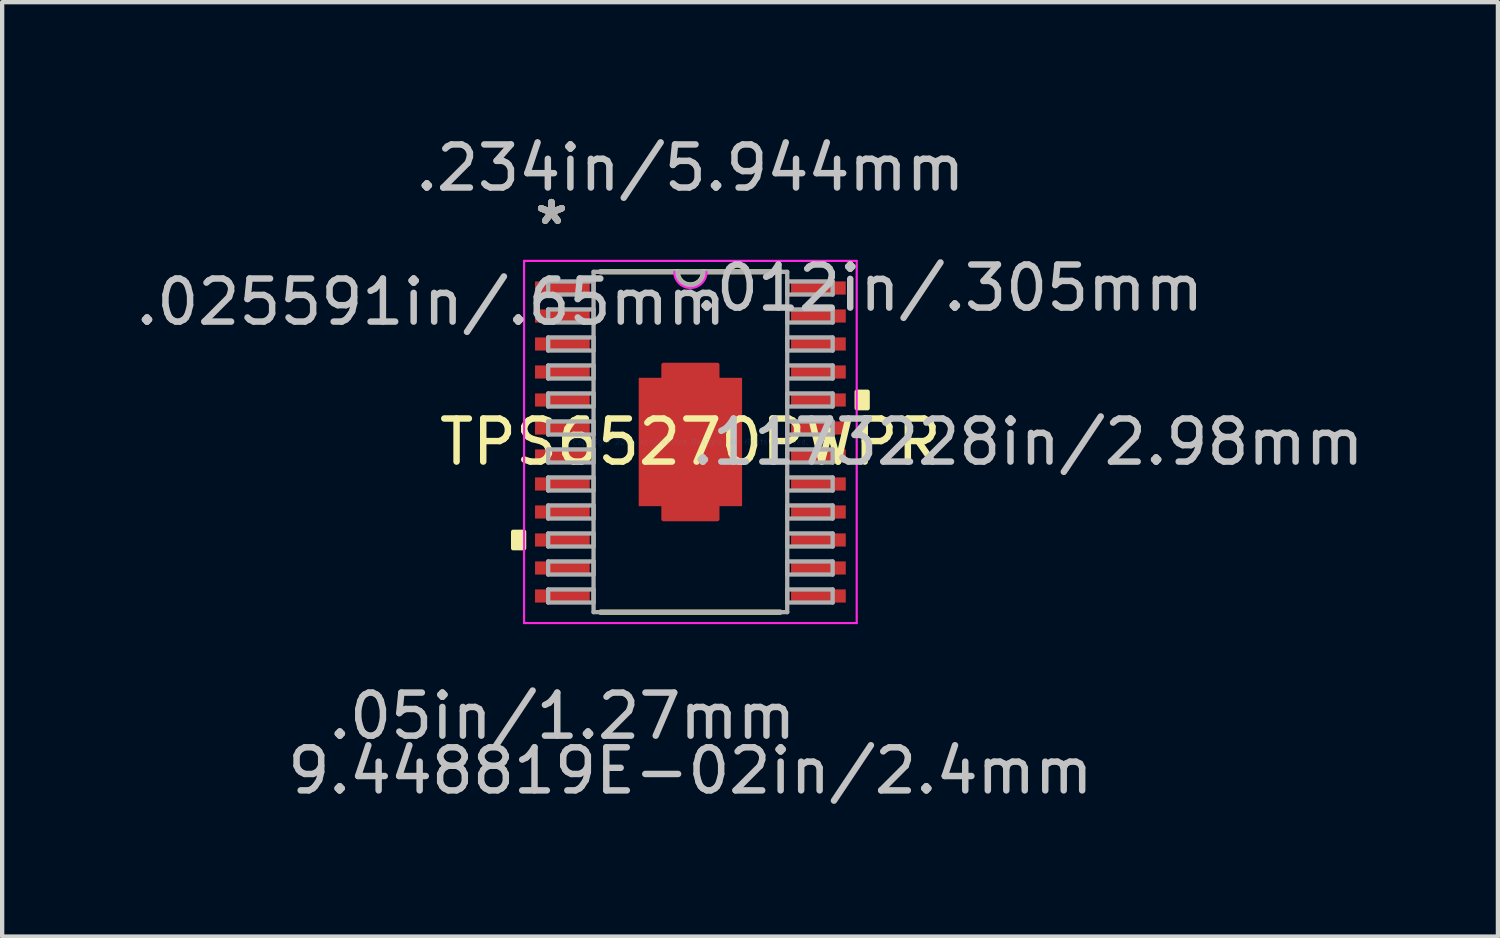
<source format=kicad_pcb>
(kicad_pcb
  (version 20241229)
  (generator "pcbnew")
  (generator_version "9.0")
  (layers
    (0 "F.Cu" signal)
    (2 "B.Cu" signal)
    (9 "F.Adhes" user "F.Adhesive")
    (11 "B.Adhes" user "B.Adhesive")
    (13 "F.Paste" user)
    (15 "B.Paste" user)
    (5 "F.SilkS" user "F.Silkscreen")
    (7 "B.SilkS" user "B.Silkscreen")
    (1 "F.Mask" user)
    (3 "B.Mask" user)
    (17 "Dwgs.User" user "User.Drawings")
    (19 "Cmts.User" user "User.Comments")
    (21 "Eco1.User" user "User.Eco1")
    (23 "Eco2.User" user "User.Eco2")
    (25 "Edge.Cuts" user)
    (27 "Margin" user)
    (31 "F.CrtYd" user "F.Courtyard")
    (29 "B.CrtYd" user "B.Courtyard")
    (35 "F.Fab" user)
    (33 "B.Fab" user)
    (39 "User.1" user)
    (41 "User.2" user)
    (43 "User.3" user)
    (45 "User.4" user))
  (footprint "TPS65270PWPR"
    (layer "F.Cu")
    (at 12.978 7.211)
    (property "Reference" "TPS65270PWPR" (at 0 0 0) (layer "F.SilkS") (effects (font (size 1 1) (thickness 0.15))))
    (attr through_hole)
    (fp_poly (pts (xy -0.625 -1.49) (xy -0.625 -1.79) (xy 0.625 -1.79) (xy 0.625 -1.49)) (stroke (width 0.1) (type solid)) (fill yes) (layer "F.Cu"))
    (fp_poly (pts (xy -0.625 1.49) (xy -0.625 1.79) (xy 0.625 1.79) (xy 0.625 1.49)) (stroke (width 0.1) (type solid)) (fill yes) (layer "F.Cu"))
    (fp_poly (pts (xy -0.625 -1.49) (xy -0.625 -1.79) (xy 0.625 -1.79) (xy 0.625 -1.49)) (stroke (width 0.1) (type solid)) (fill yes) (layer "F.Mask"))
    (fp_poly (pts (xy -0.625 1.49) (xy -0.625 1.79) (xy 0.625 1.79) (xy 0.625 1.49)) (stroke (width 0.1) (type solid)) (fill yes) (layer "F.Mask"))
    (fp_line (start -2.089 3.95) (end 2.089 3.95) (stroke (width 0.12) (type solid)) (layer "F.SilkS"))
    (fp_line (start 2.089 -3.95) (end -2.089 -3.95) (stroke (width 0.12) (type solid)) (layer "F.SilkS"))
    (fp_arc (start 0.3048 -3.9497) (mid 0 -3.6449) (end -0.3048 -3.9497) (stroke (width 0.12) (type solid)) (layer "F.SilkS"))
    (fp_poly (pts (xy -4.115 2.085) (xy -4.115 2.466) (xy -3.861 2.466) (xy -3.861 2.085)) (stroke (width 0.1) (type solid)) (fill yes) (layer "F.SilkS"))
    (fp_poly (pts (xy 4.115 -1.166) (xy 4.115 -0.785) (xy 3.861 -0.785) (xy 3.861 -1.166)) (stroke (width 0.1) (type solid)) (fill yes) (layer "F.SilkS"))
    (fp_line (start -3.861 -4.204) (end 3.861 -4.204) (stroke (width 0.05) (type solid)) (layer "F.CrtYd"))
    (fp_line (start -3.861 4.204) (end -3.861 -4.204) (stroke (width 0.05) (type solid)) (layer "F.CrtYd"))
    (fp_line (start 3.861 -4.204) (end 3.861 4.204) (stroke (width 0.05) (type solid)) (layer "F.CrtYd"))
    (fp_line (start 3.861 4.204) (end -3.861 4.204) (stroke (width 0.05) (type solid)) (layer "F.CrtYd"))
    (fp_arc (start 0.37465 -3.9497) (mid 0 -3.57505) (end -0.37465 -3.9497) (stroke (width 0.05) (type solid)) (layer "F.CrtYd"))
    (fp_line (start -3.302 -3.727) (end -3.302 -3.423) (stroke (width 0.1) (type solid)) (layer "F.Fab"))
    (fp_line (start -3.302 -3.423) (end -2.248 -3.423) (stroke (width 0.1) (type solid)) (layer "F.Fab"))
    (fp_line (start -3.302 -3.077) (end -3.302 -2.773) (stroke (width 0.1) (type solid)) (layer "F.Fab"))
    (fp_line (start -3.302 -2.773) (end -2.248 -2.773) (stroke (width 0.1) (type solid)) (layer "F.Fab"))
    (fp_line (start -3.302 -2.427) (end -3.302 -2.123) (stroke (width 0.1) (type solid)) (layer "F.Fab"))
    (fp_line (start -3.302 -2.123) (end -2.248 -2.123) (stroke (width 0.1) (type solid)) (layer "F.Fab"))
    (fp_line (start -3.302 -1.777) (end -3.302 -1.473) (stroke (width 0.1) (type solid)) (layer "F.Fab"))
    (fp_line (start -3.302 -1.473) (end -2.248 -1.473) (stroke (width 0.1) (type solid)) (layer "F.Fab"))
    (fp_line (start -3.302 -1.127) (end -3.302 -0.823) (stroke (width 0.1) (type solid)) (layer "F.Fab"))
    (fp_line (start -3.302 -0.823) (end -2.248 -0.823) (stroke (width 0.1) (type solid)) (layer "F.Fab"))
    (fp_line (start -3.302 -0.477) (end -3.302 -0.173) (stroke (width 0.1) (type solid)) (layer "F.Fab"))
    (fp_line (start -3.302 -0.173) (end -2.248 -0.173) (stroke (width 0.1) (type solid)) (layer "F.Fab"))
    (fp_line (start -3.302 0.173) (end -3.302 0.477) (stroke (width 0.1) (type solid)) (layer "F.Fab"))
    (fp_line (start -3.302 0.477) (end -2.248 0.477) (stroke (width 0.1) (type solid)) (layer "F.Fab"))
    (fp_line (start -3.302 0.823) (end -3.302 1.127) (stroke (width 0.1) (type solid)) (layer "F.Fab"))
    (fp_line (start -3.302 1.127) (end -2.248 1.127) (stroke (width 0.1) (type solid)) (layer "F.Fab"))
    (fp_line (start -3.302 1.473) (end -3.302 1.777) (stroke (width 0.1) (type solid)) (layer "F.Fab"))
    (fp_line (start -3.302 1.777) (end -2.248 1.777) (stroke (width 0.1) (type solid)) (layer "F.Fab"))
    (fp_line (start -3.302 2.123) (end -3.302 2.427) (stroke (width 0.1) (type solid)) (layer "F.Fab"))
    (fp_line (start -3.302 2.427) (end -2.248 2.427) (stroke (width 0.1) (type solid)) (layer "F.Fab"))
    (fp_line (start -3.302 2.773) (end -3.302 3.077) (stroke (width 0.1) (type solid)) (layer "F.Fab"))
    (fp_line (start -3.302 3.077) (end -2.248 3.077) (stroke (width 0.1) (type solid)) (layer "F.Fab"))
    (fp_line (start -3.302 3.423) (end -3.302 3.727) (stroke (width 0.1) (type solid)) (layer "F.Fab"))
    (fp_line (start -3.302 3.727) (end -2.248 3.727) (stroke (width 0.1) (type solid)) (layer "F.Fab"))
    (fp_line (start -2.248 -3.95) (end -2.248 3.95) (stroke (width 0.1) (type solid)) (layer "F.Fab"))
    (fp_line (start -2.248 -3.727) (end -3.302 -3.727) (stroke (width 0.1) (type solid)) (layer "F.Fab"))
    (fp_line (start -2.248 -3.423) (end -2.248 -3.727) (stroke (width 0.1) (type solid)) (layer "F.Fab"))
    (fp_line (start -2.248 -3.077) (end -3.302 -3.077) (stroke (width 0.1) (type solid)) (layer "F.Fab"))
    (fp_line (start -2.248 -2.773) (end -2.248 -3.077) (stroke (width 0.1) (type solid)) (layer "F.Fab"))
    (fp_line (start -2.248 -2.427) (end -3.302 -2.427) (stroke (width 0.1) (type solid)) (layer "F.Fab"))
    (fp_line (start -2.248 -2.123) (end -2.248 -2.427) (stroke (width 0.1) (type solid)) (layer "F.Fab"))
    (fp_line (start -2.248 -1.777) (end -3.302 -1.777) (stroke (width 0.1) (type solid)) (layer "F.Fab"))
    (fp_line (start -2.248 -1.473) (end -2.248 -1.777) (stroke (width 0.1) (type solid)) (layer "F.Fab"))
    (fp_line (start -2.248 -1.127) (end -3.302 -1.127) (stroke (width 0.1) (type solid)) (layer "F.Fab"))
    (fp_line (start -2.248 -0.823) (end -2.248 -1.127) (stroke (width 0.1) (type solid)) (layer "F.Fab"))
    (fp_line (start -2.248 -0.477) (end -3.302 -0.477) (stroke (width 0.1) (type solid)) (layer "F.Fab"))
    (fp_line (start -2.248 -0.173) (end -2.248 -0.477) (stroke (width 0.1) (type solid)) (layer "F.Fab"))
    (fp_line (start -2.248 0.173) (end -3.302 0.173) (stroke (width 0.1) (type solid)) (layer "F.Fab"))
    (fp_line (start -2.248 0.477) (end -2.248 0.173) (stroke (width 0.1) (type solid)) (layer "F.Fab"))
    (fp_line (start -2.248 0.823) (end -3.302 0.823) (stroke (width 0.1) (type solid)) (layer "F.Fab"))
    (fp_line (start -2.248 1.127) (end -2.248 0.823) (stroke (width 0.1) (type solid)) (layer "F.Fab"))
    (fp_line (start -2.248 1.473) (end -3.302 1.473) (stroke (width 0.1) (type solid)) (layer "F.Fab"))
    (fp_line (start -2.248 1.777) (end -2.248 1.473) (stroke (width 0.1) (type solid)) (layer "F.Fab"))
    (fp_line (start -2.248 2.123) (end -3.302 2.123) (stroke (width 0.1) (type solid)) (layer "F.Fab"))
    (fp_line (start -2.248 2.427) (end -2.248 2.123) (stroke (width 0.1) (type solid)) (layer "F.Fab"))
    (fp_line (start -2.248 2.773) (end -3.302 2.773) (stroke (width 0.1) (type solid)) (layer "F.Fab"))
    (fp_line (start -2.248 3.077) (end -2.248 2.773) (stroke (width 0.1) (type solid)) (layer "F.Fab"))
    (fp_line (start -2.248 3.423) (end -3.302 3.423) (stroke (width 0.1) (type solid)) (layer "F.Fab"))
    (fp_line (start -2.248 3.727) (end -2.248 3.423) (stroke (width 0.1) (type solid)) (layer "F.Fab"))
    (fp_line (start -2.248 3.95) (end 2.248 3.95) (stroke (width 0.1) (type solid)) (layer "F.Fab"))
    (fp_line (start 2.248 -3.95) (end -2.248 -3.95) (stroke (width 0.1) (type solid)) (layer "F.Fab"))
    (fp_line (start 2.248 -3.727) (end 2.248 -3.423) (stroke (width 0.1) (type solid)) (layer "F.Fab"))
    (fp_line (start 2.248 -3.423) (end 3.302 -3.423) (stroke (width 0.1) (type solid)) (layer "F.Fab"))
    (fp_line (start 2.248 -3.077) (end 2.248 -2.773) (stroke (width 0.1) (type solid)) (layer "F.Fab"))
    (fp_line (start 2.248 -2.773) (end 3.302 -2.773) (stroke (width 0.1) (type solid)) (layer "F.Fab"))
    (fp_line (start 2.248 -2.427) (end 2.248 -2.123) (stroke (width 0.1) (type solid)) (layer "F.Fab"))
    (fp_line (start 2.248 -2.123) (end 3.302 -2.123) (stroke (width 0.1) (type solid)) (layer "F.Fab"))
    (fp_line (start 2.248 -1.777) (end 2.248 -1.473) (stroke (width 0.1) (type solid)) (layer "F.Fab"))
    (fp_line (start 2.248 -1.473) (end 3.302 -1.473) (stroke (width 0.1) (type solid)) (layer "F.Fab"))
    (fp_line (start 2.248 -1.127) (end 2.248 -0.823) (stroke (width 0.1) (type solid)) (layer "F.Fab"))
    (fp_line (start 2.248 -0.823) (end 3.302 -0.823) (stroke (width 0.1) (type solid)) (layer "F.Fab"))
    (fp_line (start 2.248 -0.477) (end 2.248 -0.173) (stroke (width 0.1) (type solid)) (layer "F.Fab"))
    (fp_line (start 2.248 -0.173) (end 3.302 -0.173) (stroke (width 0.1) (type solid)) (layer "F.Fab"))
    (fp_line (start 2.248 0.173) (end 2.248 0.477) (stroke (width 0.1) (type solid)) (layer "F.Fab"))
    (fp_line (start 2.248 0.477) (end 3.302 0.477) (stroke (width 0.1) (type solid)) (layer "F.Fab"))
    (fp_line (start 2.248 0.823) (end 2.248 1.127) (stroke (width 0.1) (type solid)) (layer "F.Fab"))
    (fp_line (start 2.248 1.127) (end 3.302 1.127) (stroke (width 0.1) (type solid)) (layer "F.Fab"))
    (fp_line (start 2.248 1.473) (end 2.248 1.777) (stroke (width 0.1) (type solid)) (layer "F.Fab"))
    (fp_line (start 2.248 1.777) (end 3.302 1.777) (stroke (width 0.1) (type solid)) (layer "F.Fab"))
    (fp_line (start 2.248 2.123) (end 2.248 2.427) (stroke (width 0.1) (type solid)) (layer "F.Fab"))
    (fp_line (start 2.248 2.427) (end 3.302 2.427) (stroke (width 0.1) (type solid)) (layer "F.Fab"))
    (fp_line (start 2.248 2.773) (end 2.248 3.077) (stroke (width 0.1) (type solid)) (layer "F.Fab"))
    (fp_line (start 2.248 3.077) (end 3.302 3.077) (stroke (width 0.1) (type solid)) (layer "F.Fab"))
    (fp_line (start 2.248 3.423) (end 2.248 3.727) (stroke (width 0.1) (type solid)) (layer "F.Fab"))
    (fp_line (start 2.248 3.727) (end 3.302 3.727) (stroke (width 0.1) (type solid)) (layer "F.Fab"))
    (fp_line (start 2.248 3.95) (end 2.248 -3.95) (stroke (width 0.1) (type solid)) (layer "F.Fab"))
    (fp_line (start 3.302 -3.727) (end 2.248 -3.727) (stroke (width 0.1) (type solid)) (layer "F.Fab"))
    (fp_line (start 3.302 -3.423) (end 3.302 -3.727) (stroke (width 0.1) (type solid)) (layer "F.Fab"))
    (fp_line (start 3.302 -3.077) (end 2.248 -3.077) (stroke (width 0.1) (type solid)) (layer "F.Fab"))
    (fp_line (start 3.302 -2.773) (end 3.302 -3.077) (stroke (width 0.1) (type solid)) (layer "F.Fab"))
    (fp_line (start 3.302 -2.427) (end 2.248 -2.427) (stroke (width 0.1) (type solid)) (layer "F.Fab"))
    (fp_line (start 3.302 -2.123) (end 3.302 -2.427) (stroke (width 0.1) (type solid)) (layer "F.Fab"))
    (fp_line (start 3.302 -1.777) (end 2.248 -1.777) (stroke (width 0.1) (type solid)) (layer "F.Fab"))
    (fp_line (start 3.302 -1.473) (end 3.302 -1.777) (stroke (width 0.1) (type solid)) (layer "F.Fab"))
    (fp_line (start 3.302 -1.127) (end 2.248 -1.127) (stroke (width 0.1) (type solid)) (layer "F.Fab"))
    (fp_line (start 3.302 -0.823) (end 3.302 -1.127) (stroke (width 0.1) (type solid)) (layer "F.Fab"))
    (fp_line (start 3.302 -0.477) (end 2.248 -0.477) (stroke (width 0.1) (type solid)) (layer "F.Fab"))
    (fp_line (start 3.302 -0.173) (end 3.302 -0.477) (stroke (width 0.1) (type solid)) (layer "F.Fab"))
    (fp_line (start 3.302 0.173) (end 2.248 0.173) (stroke (width 0.1) (type solid)) (layer "F.Fab"))
    (fp_line (start 3.302 0.477) (end 3.302 0.173) (stroke (width 0.1) (type solid)) (layer "F.Fab"))
    (fp_line (start 3.302 0.823) (end 2.248 0.823) (stroke (width 0.1) (type solid)) (layer "F.Fab"))
    (fp_line (start 3.302 1.127) (end 3.302 0.823) (stroke (width 0.1) (type solid)) (layer "F.Fab"))
    (fp_line (start 3.302 1.473) (end 2.248 1.473) (stroke (width 0.1) (type solid)) (layer "F.Fab"))
    (fp_line (start 3.302 1.777) (end 3.302 1.473) (stroke (width 0.1) (type solid)) (layer "F.Fab"))
    (fp_line (start 3.302 2.123) (end 2.248 2.123) (stroke (width 0.1) (type solid)) (layer "F.Fab"))
    (fp_line (start 3.302 2.427) (end 3.302 2.123) (stroke (width 0.1) (type solid)) (layer "F.Fab"))
    (fp_line (start 3.302 2.773) (end 2.248 2.773) (stroke (width 0.1) (type solid)) (layer "F.Fab"))
    (fp_line (start 3.302 3.077) (end 3.302 2.773) (stroke (width 0.1) (type solid)) (layer "F.Fab"))
    (fp_line (start 3.302 3.423) (end 2.248 3.423) (stroke (width 0.1) (type solid)) (layer "F.Fab"))
    (fp_line (start 3.302 3.727) (end 3.302 3.423) (stroke (width 0.1) (type solid)) (layer "F.Fab"))
    (fp_arc (start 0.3048 -3.9497) (mid 0 -3.6449) (end -0.3048 -3.9497) (stroke (width 0.1) (type solid)) (layer "F.Fab"))
    (fp_text user "*" (at -3.226 -5.023 0) (layer "F.SilkS") (effects (font (size 1 1) (thickness 0.15))))
    (fp_text user "*" (at -3.226 -5.023 0) (layer "F.SilkS") (effects (font (size 1 1) (thickness 0.15))))
    (fp_text user ".234in/5.944mm" (at 0 -6.363 0) (layer "Dwgs.User") (effects (font (size 1 1) (thickness 0.15))))
    (fp_text user ".05in/1.27mm" (at -2.972 6.363 0) (layer "Dwgs.User") (effects (font (size 1 1) (thickness 0.15))))
    (fp_text user ".1173228in/2.98mm" (at 7.836 0 0) (layer "Dwgs.User") (effects (font (size 1 1) (thickness 0.15))))
    (fp_text user ".025591in/.65mm" (at -6.02 -3.25 0) (layer "Dwgs.User") (effects (font (size 1 1) (thickness 0.15))))
    (fp_text user "9.448819E-02in/2.4mm" (at 0 7.633 0) (layer "Dwgs.User") (effects (font (size 1 1) (thickness 0.15))))
    (fp_text user ".012in/.305mm" (at 6.02 -3.575 0) (layer "Dwgs.User") (effects (font (size 1 1) (thickness 0.15))))
    (fp_text user "Copyright 2021 Accelerated Designs. All rights reserved." (at 0 0 0) (layer "Cmts.User") (effects (font (size 0.127 0.127) (thickness 0.002))))
    (fp_text user "*" (at -3.226 -5.023 0) (layer "F.Fab") (effects (font (size 1 1) (thickness 0.15))))
    (fp_text user "*" (at -3.226 -5.023 0) (layer "F.Fab") (effects (font (size 1 1) (thickness 0.15))))
    (pad "1" smd rect (at -2.972 -3.575) (size 1.27 0.305) (layers "F.Cu" "F.Mask" "F.Paste"))
    (pad "2" smd rect (at -2.972 -2.925) (size 1.27 0.305) (layers "F.Cu" "F.Mask" "F.Paste"))
    (pad "3" smd rect (at -2.972 -2.275) (size 1.27 0.305) (layers "F.Cu" "F.Mask" "F.Paste"))
    (pad "4" smd rect (at -2.972 -1.625) (size 1.27 0.305) (layers "F.Cu" "F.Mask" "F.Paste"))
    (pad "5" smd rect (at -2.972 -0.975) (size 1.27 0.305) (layers "F.Cu" "F.Mask" "F.Paste"))
    (pad "6" smd rect (at -2.972 -0.325) (size 1.27 0.305) (layers "F.Cu" "F.Mask" "F.Paste"))
    (pad "7" smd rect (at -2.972 0.325) (size 1.27 0.305) (layers "F.Cu" "F.Mask" "F.Paste"))
    (pad "8" smd rect (at -2.972 0.975) (size 1.27 0.305) (layers "F.Cu" "F.Mask" "F.Paste"))
    (pad "9" smd rect (at -2.972 1.625) (size 1.27 0.305) (layers "F.Cu" "F.Mask" "F.Paste"))
    (pad "10" smd rect (at -2.972 2.275) (size 1.27 0.305) (layers "F.Cu" "F.Mask" "F.Paste"))
    (pad "11" smd rect (at -2.972 2.925) (size 1.27 0.305) (layers "F.Cu" "F.Mask" "F.Paste"))
    (pad "12" smd rect (at -2.972 3.575) (size 1.27 0.305) (layers "F.Cu" "F.Mask" "F.Paste"))
    (pad "13" smd rect (at 2.972 3.575) (size 1.27 0.305) (layers "F.Cu" "F.Mask" "F.Paste"))
    (pad "14" smd rect (at 2.972 2.925) (size 1.27 0.305) (layers "F.Cu" "F.Mask" "F.Paste"))
    (pad "15" smd rect (at 2.972 2.275) (size 1.27 0.305) (layers "F.Cu" "F.Mask" "F.Paste"))
    (pad "16" smd rect (at 2.972 1.625) (size 1.27 0.305) (layers "F.Cu" "F.Mask" "F.Paste"))
    (pad "17" smd rect (at 2.972 0.975) (size 1.27 0.305) (layers "F.Cu" "F.Mask" "F.Paste"))
    (pad "18" smd rect (at 2.972 0.325) (size 1.27 0.305) (layers "F.Cu" "F.Mask" "F.Paste"))
    (pad "19" smd rect (at 2.972 -0.325) (size 1.27 0.305) (layers "F.Cu" "F.Mask" "F.Paste"))
    (pad "20" smd rect (at 2.972 -0.975) (size 1.27 0.305) (layers "F.Cu" "F.Mask" "F.Paste"))
    (pad "21" smd rect (at 2.972 -1.625) (size 1.27 0.305) (layers "F.Cu" "F.Mask" "F.Paste"))
    (pad "22" smd rect (at 2.972 -2.275) (size 1.27 0.305) (layers "F.Cu" "F.Mask" "F.Paste"))
    (pad "23" smd rect (at 2.972 -2.925) (size 1.27 0.305) (layers "F.Cu" "F.Mask" "F.Paste"))
    (pad "24" smd rect (at 2.972 -3.575) (size 1.27 0.305) (layers "F.Cu" "F.Mask" "F.Paste"))
    (pad "25" smd rect (at 0 0) (size 2.4 2.98) (layers "F.Cu" "F.Mask" "F.Paste")))
  (gr_rect
    (start -3 -3)
    (end 31.725 18.692)
    (stroke (width 0.1) (type default))
    (fill no)
    (layer "Edge.Cuts")))
</source>
